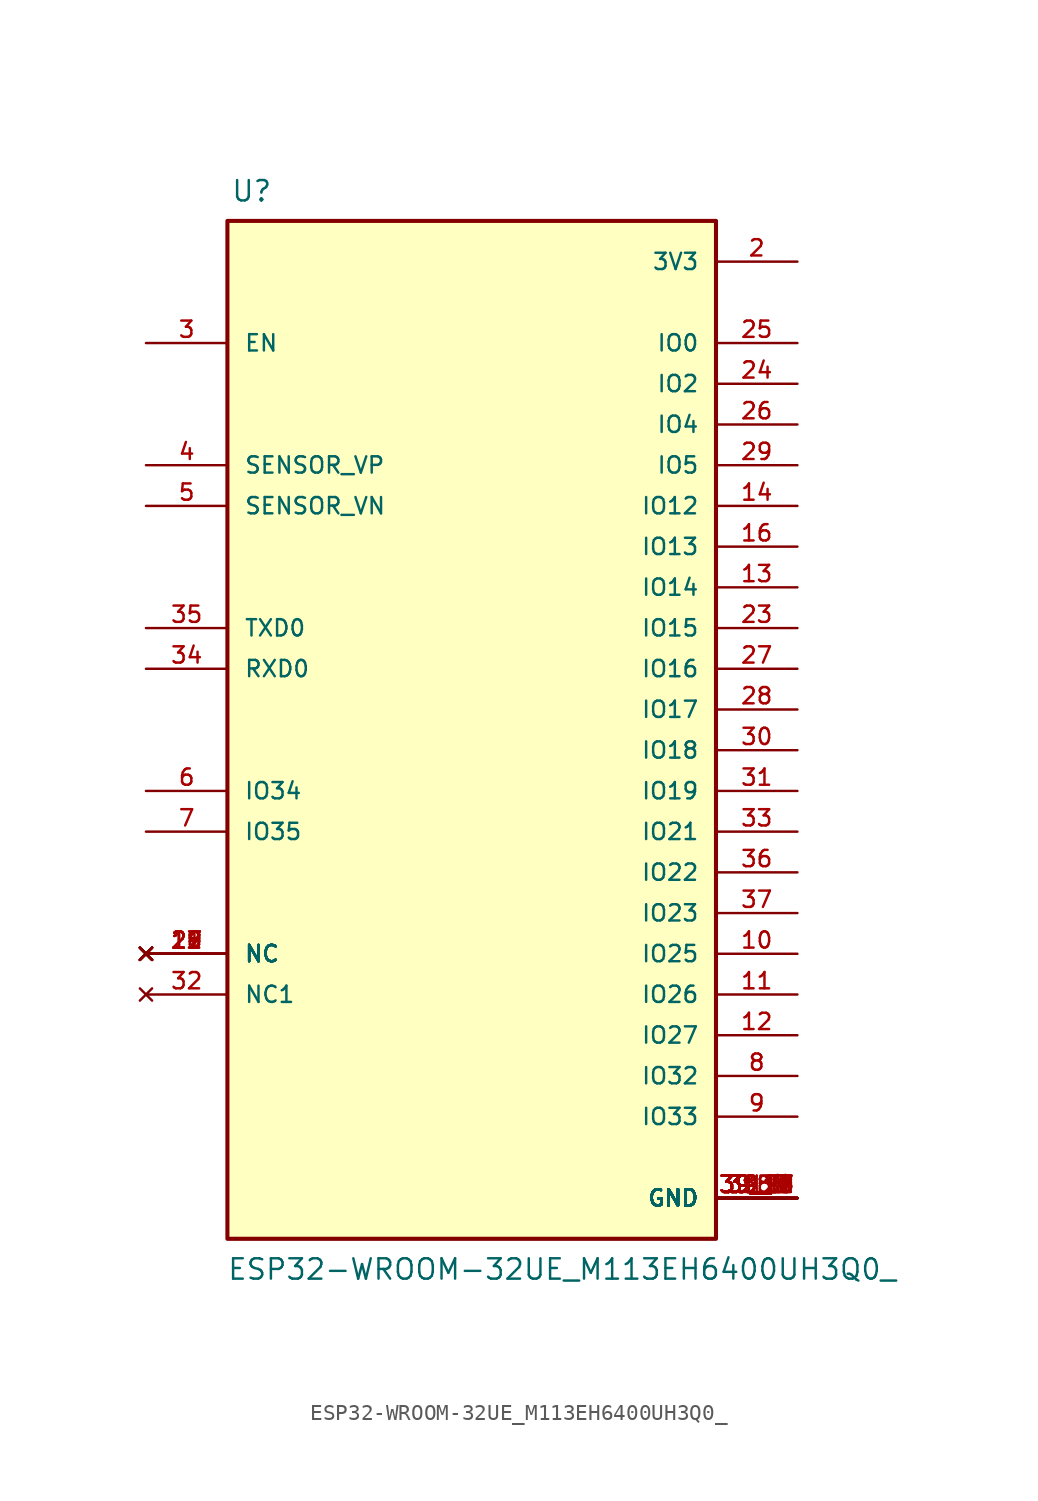
<source format=kicad_sym>
(kicad_symbol_lib
  (version 20211014)
  (generator kicad_symbol_editor)
  (symbol "ESP32-WROOM-32UE_M113EH6400UH3Q0_"
    (pin_names
      (offset 1.016))
    (property "Reference" "U"
      (at -15.036 34.135 0)
      (effects (font (size 1.27 1.27)) (justify bottom left)))
    (property "Value" "ESP32-WROOM-32UE_M113EH6400UH3Q0_"
      (at -15.287 -33.128 0)
      (effects (font (size 1.27 1.27)) (justify bottom left)))
    (symbol "ESP32-WROOM-32UE_M113EH6400UH3Q0__0_0"
      (rectangle (start -15.24 -30.48) (end 15.24 33.02) (stroke (width 0.254)) (fill (type background)))
      (pin power_in line (at 20.32 -27.94 180.0) (length 5.08) (name "GND" (effects (font (size 1.016 1.016)))) (number "1" (effects (font (size 1.016 1.016)))))
      (pin power_in line (at 20.32 -27.94 180.0) (length 5.08) (name "GND" (effects (font (size 1.016 1.016)))) (number "15" (effects (font (size 1.016 1.016)))))
      (pin power_in line (at 20.32 -27.94 180.0) (length 5.08) (name "GND" (effects (font (size 1.016 1.016)))) (number "38" (effects (font (size 1.016 1.016)))))
      (pin power_in line (at 20.32 -27.94 180.0) (length 5.08) (name "GND" (effects (font (size 1.016 1.016)))) (number "39_1" (effects (font (size 1.016 1.016)))))
      (pin power_in line (at 20.32 -27.94 180.0) (length 5.08) (name "GND" (effects (font (size 1.016 1.016)))) (number "39_2" (effects (font (size 1.016 1.016)))))
      (pin power_in line (at 20.32 -27.94 180.0) (length 5.08) (name "GND" (effects (font (size 1.016 1.016)))) (number "39_3" (effects (font (size 1.016 1.016)))))
      (pin power_in line (at 20.32 -27.94 180.0) (length 5.08) (name "GND" (effects (font (size 1.016 1.016)))) (number "39_4" (effects (font (size 1.016 1.016)))))
      (pin power_in line (at 20.32 -27.94 180.0) (length 5.08) (name "GND" (effects (font (size 1.016 1.016)))) (number "39_5" (effects (font (size 1.016 1.016)))))
      (pin power_in line (at 20.32 -27.94 180.0) (length 5.08) (name "GND" (effects (font (size 1.016 1.016)))) (number "39_6" (effects (font (size 1.016 1.016)))))
      (pin power_in line (at 20.32 -27.94 180.0) (length 5.08) (name "GND" (effects (font (size 1.016 1.016)))) (number "39_7" (effects (font (size 1.016 1.016)))))
      (pin power_in line (at 20.32 -27.94 180.0) (length 5.08) (name "GND" (effects (font (size 1.016 1.016)))) (number "39_8" (effects (font (size 1.016 1.016)))))
      (pin power_in line (at 20.32 -27.94 180.0) (length 5.08) (name "GND" (effects (font (size 1.016 1.016)))) (number "39_9" (effects (font (size 1.016 1.016)))))
      (pin power_in line (at 20.32 -27.94 180.0) (length 5.08) (name "GND" (effects (font (size 1.016 1.016)))) (number "39_10" (effects (font (size 1.016 1.016)))))
      (pin power_in line (at 20.32 -27.94 180.0) (length 5.08) (name "GND" (effects (font (size 1.016 1.016)))) (number "39_11" (effects (font (size 1.016 1.016)))))
      (pin power_in line (at 20.32 -27.94 180.0) (length 5.08) (name "GND" (effects (font (size 1.016 1.016)))) (number "39_12" (effects (font (size 1.016 1.016)))))
      (pin power_in line (at 20.32 -27.94 180.0) (length 5.08) (name "GND" (effects (font (size 1.016 1.016)))) (number "39_13" (effects (font (size 1.016 1.016)))))
      (pin power_in line (at 20.32 -27.94 180.0) (length 5.08) (name "GND" (effects (font (size 1.016 1.016)))) (number "39_14" (effects (font (size 1.016 1.016)))))
      (pin power_in line (at 20.32 -27.94 180.0) (length 5.08) (name "GND" (effects (font (size 1.016 1.016)))) (number "39_15" (effects (font (size 1.016 1.016)))))
      (pin power_in line (at 20.32 -27.94 180.0) (length 5.08) (name "GND" (effects (font (size 1.016 1.016)))) (number "39_16" (effects (font (size 1.016 1.016)))))
      (pin power_in line (at 20.32 -27.94 180.0) (length 5.08) (name "GND" (effects (font (size 1.016 1.016)))) (number "39_17" (effects (font (size 1.016 1.016)))))
      (pin power_in line (at 20.32 -27.94 180.0) (length 5.08) (name "GND" (effects (font (size 1.016 1.016)))) (number "39_18" (effects (font (size 1.016 1.016)))))
      (pin power_in line (at 20.32 -27.94 180.0) (length 5.08) (name "GND" (effects (font (size 1.016 1.016)))) (number "39_19" (effects (font (size 1.016 1.016)))))
      (pin power_in line (at 20.32 -27.94 180.0) (length 5.08) (name "GND" (effects (font (size 1.016 1.016)))) (number "39_20" (effects (font (size 1.016 1.016)))))
      (pin power_in line (at 20.32 -27.94 180.0) (length 5.08) (name "GND" (effects (font (size 1.016 1.016)))) (number "39_21" (effects (font (size 1.016 1.016)))))
      (pin power_in line (at 20.32 30.48 180.0) (length 5.08) (name "3V3" (effects (font (size 1.016 1.016)))) (number "2" (effects (font (size 1.016 1.016)))))
      (pin input line (at -20.32 25.4 0) (length 5.08) (name "EN" (effects (font (size 1.016 1.016)))) (number "3" (effects (font (size 1.016 1.016)))))
      (pin input line (at -20.32 17.78 0) (length 5.08) (name "SENSOR_VP" (effects (font (size 1.016 1.016)))) (number "4" (effects (font (size 1.016 1.016)))))
      (pin input line (at -20.32 15.24 0) (length 5.08) (name "SENSOR_VN" (effects (font (size 1.016 1.016)))) (number "5" (effects (font (size 1.016 1.016)))))
      (pin input line (at -20.32 -2.54 0) (length 5.08) (name "IO34" (effects (font (size 1.016 1.016)))) (number "6" (effects (font (size 1.016 1.016)))))
      (pin input line (at -20.32 -5.08 0) (length 5.08) (name "IO35" (effects (font (size 1.016 1.016)))) (number "7" (effects (font (size 1.016 1.016)))))
      (pin bidirectional line (at 20.32 -22.86 180.0) (length 5.08) (name "IO33" (effects (font (size 1.016 1.016)))) (number "9" (effects (font (size 1.016 1.016)))))
      (pin bidirectional line (at 20.32 -20.32 180.0) (length 5.08) (name "IO32" (effects (font (size 1.016 1.016)))) (number "8" (effects (font (size 1.016 1.016)))))
      (pin bidirectional line (at 20.32 -12.7 180.0) (length 5.08) (name "IO25" (effects (font (size 1.016 1.016)))) (number "10" (effects (font (size 1.016 1.016)))))
      (pin bidirectional line (at 20.32 -15.24 180.0) (length 5.08) (name "IO26" (effects (font (size 1.016 1.016)))) (number "11" (effects (font (size 1.016 1.016)))))
      (pin bidirectional line (at 20.32 -17.78 180.0) (length 5.08) (name "IO27" (effects (font (size 1.016 1.016)))) (number "12" (effects (font (size 1.016 1.016)))))
      (pin bidirectional line (at 20.32 10.16 180.0) (length 5.08) (name "IO14" (effects (font (size 1.016 1.016)))) (number "13" (effects (font (size 1.016 1.016)))))
      (pin bidirectional line (at 20.32 15.24 180.0) (length 5.08) (name "IO12" (effects (font (size 1.016 1.016)))) (number "14" (effects (font (size 1.016 1.016)))))
      (pin bidirectional line (at 20.32 12.7 180.0) (length 5.08) (name "IO13" (effects (font (size 1.016 1.016)))) (number "16" (effects (font (size 1.016 1.016)))))
      (pin bidirectional line (at 20.32 7.62 180.0) (length 5.08) (name "IO15" (effects (font (size 1.016 1.016)))) (number "23" (effects (font (size 1.016 1.016)))))
      (pin bidirectional line (at 20.32 22.86 180.0) (length 5.08) (name "IO2" (effects (font (size 1.016 1.016)))) (number "24" (effects (font (size 1.016 1.016)))))
      (pin bidirectional line (at 20.32 25.4 180.0) (length 5.08) (name "IO0" (effects (font (size 1.016 1.016)))) (number "25" (effects (font (size 1.016 1.016)))))
      (pin bidirectional line (at 20.32 20.32 180.0) (length 5.08) (name "IO4" (effects (font (size 1.016 1.016)))) (number "26" (effects (font (size 1.016 1.016)))))
      (pin bidirectional line (at 20.32 5.08 180.0) (length 5.08) (name "IO16" (effects (font (size 1.016 1.016)))) (number "27" (effects (font (size 1.016 1.016)))))
      (pin bidirectional line (at 20.32 2.54 180.0) (length 5.08) (name "IO17" (effects (font (size 1.016 1.016)))) (number "28" (effects (font (size 1.016 1.016)))))
      (pin bidirectional line (at 20.32 17.78 180.0) (length 5.08) (name "IO5" (effects (font (size 1.016 1.016)))) (number "29" (effects (font (size 1.016 1.016)))))
      (pin bidirectional line (at 20.32 0.0 180.0) (length 5.08) (name "IO18" (effects (font (size 1.016 1.016)))) (number "30" (effects (font (size 1.016 1.016)))))
      (pin bidirectional line (at 20.32 -2.54 180.0) (length 5.08) (name "IO19" (effects (font (size 1.016 1.016)))) (number "31" (effects (font (size 1.016 1.016)))))
      (pin bidirectional line (at 20.32 -5.08 180.0) (length 5.08) (name "IO21" (effects (font (size 1.016 1.016)))) (number "33" (effects (font (size 1.016 1.016)))))
      (pin bidirectional line (at 20.32 -7.62 180.0) (length 5.08) (name "IO22" (effects (font (size 1.016 1.016)))) (number "36" (effects (font (size 1.016 1.016)))))
      (pin bidirectional line (at 20.32 -10.16 180.0) (length 5.08) (name "IO23" (effects (font (size 1.016 1.016)))) (number "37" (effects (font (size 1.016 1.016)))))
      (pin bidirectional line (at -20.32 5.08 0) (length 5.08) (name "RXD0" (effects (font (size 1.016 1.016)))) (number "34" (effects (font (size 1.016 1.016)))))
      (pin bidirectional line (at -20.32 7.62 0) (length 5.08) (name "TXD0" (effects (font (size 1.016 1.016)))) (number "35" (effects (font (size 1.016 1.016)))))
      (pin no_connect line (at -20.32 -12.7 0) (length 5.08) (name "NC" (effects (font (size 1.016 1.016)))) (number "17" (effects (font (size 1.016 1.016)))))
      (pin no_connect line (at -20.32 -12.7 0) (length 5.08) (name "NC" (effects (font (size 1.016 1.016)))) (number "18" (effects (font (size 1.016 1.016)))))
      (pin no_connect line (at -20.32 -12.7 0) (length 5.08) (name "NC" (effects (font (size 1.016 1.016)))) (number "19" (effects (font (size 1.016 1.016)))))
      (pin no_connect line (at -20.32 -12.7 0) (length 5.08) (name "NC" (effects (font (size 1.016 1.016)))) (number "20" (effects (font (size 1.016 1.016)))))
      (pin no_connect line (at -20.32 -12.7 0) (length 5.08) (name "NC" (effects (font (size 1.016 1.016)))) (number "21" (effects (font (size 1.016 1.016)))))
      (pin no_connect line (at -20.32 -12.7 0) (length 5.08) (name "NC" (effects (font (size 1.016 1.016)))) (number "22" (effects (font (size 1.016 1.016)))))
      (pin no_connect line (at -20.32 -15.24 0) (length 5.08) (name "NC1" (effects (font (size 1.016 1.016)))) (number "32" (effects (font (size 1.016 1.016))))))))
</source>
